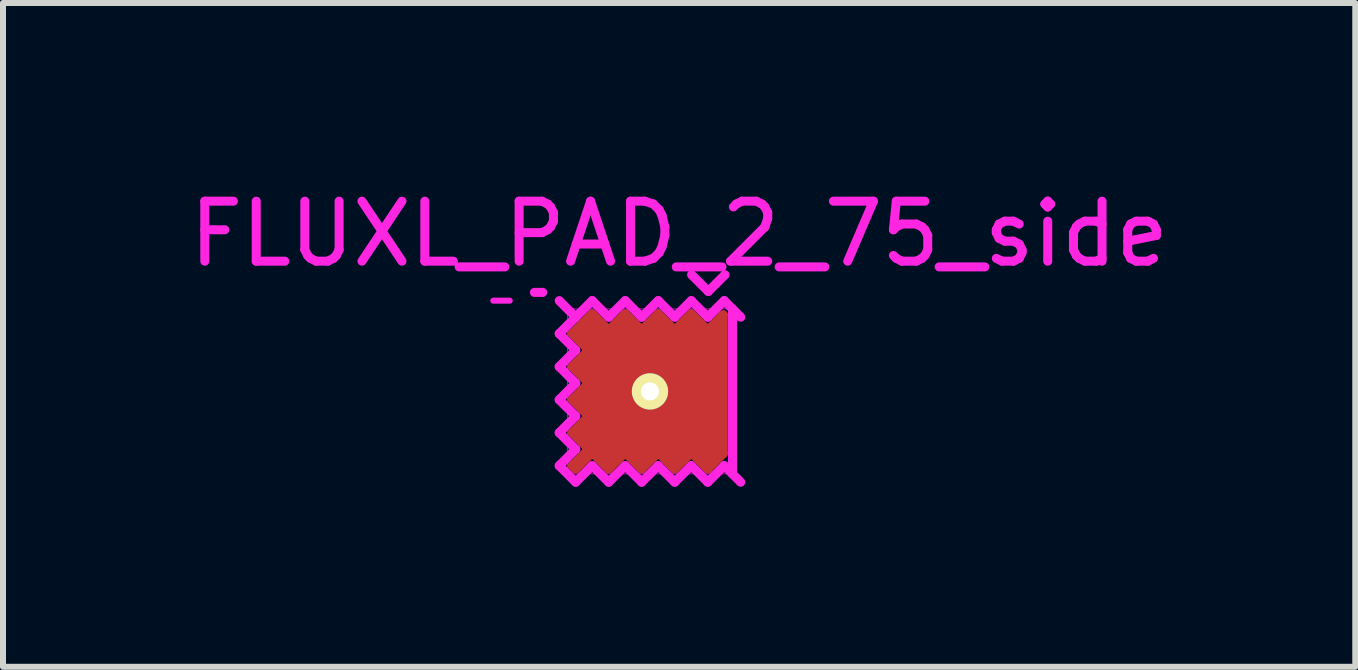
<source format=kicad_pcb>
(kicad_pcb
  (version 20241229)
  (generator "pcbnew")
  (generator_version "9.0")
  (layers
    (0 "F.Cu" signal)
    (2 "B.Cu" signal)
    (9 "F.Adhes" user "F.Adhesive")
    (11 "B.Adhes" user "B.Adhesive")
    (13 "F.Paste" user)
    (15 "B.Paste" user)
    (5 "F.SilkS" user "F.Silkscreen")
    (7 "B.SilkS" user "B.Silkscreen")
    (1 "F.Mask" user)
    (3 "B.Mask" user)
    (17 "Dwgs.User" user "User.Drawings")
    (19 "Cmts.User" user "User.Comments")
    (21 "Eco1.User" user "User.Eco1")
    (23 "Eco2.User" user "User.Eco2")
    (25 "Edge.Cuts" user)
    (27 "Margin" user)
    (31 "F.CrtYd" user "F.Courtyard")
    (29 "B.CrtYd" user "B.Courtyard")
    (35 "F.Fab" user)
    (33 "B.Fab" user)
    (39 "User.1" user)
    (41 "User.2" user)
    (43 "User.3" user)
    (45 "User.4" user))
  (footprint "FLUXL_PAD_2_75_side"
    (layer "F.Cu")
    (at 7.782 3.473)
    (property "Reference" "FLUXL_PAD_2_75_side" (at 0.486 -2.625 0) (layer "F.CrtYd") (effects (font (size 1 1) (thickness 0.15))))
    (attr smd)
    (fp_line (start -1.292 -0.963) (end -1.018 -0.688) (stroke (width 0.152) (type solid)) (layer "F.Cu"))
    (fp_line (start -1.292 -0.412) (end -1.018 -0.138) (stroke (width 0.152) (type solid)) (layer "F.Cu"))
    (fp_line (start -1.292 0.138) (end -1.018 0.412) (stroke (width 0.152) (type solid)) (layer "F.Cu"))
    (fp_line (start -1.292 0.688) (end -1.018 0.963) (stroke (width 0.152) (type solid)) (layer "F.Cu"))
    (fp_line (start -1.292 1.238) (end -1.238 1.292) (stroke (width 0.152) (type solid)) (layer "F.Cu"))
    (fp_line (start -1.238 -0.412) (end -1.073 -0.412) (stroke (width 0.152) (type solid)) (layer "F.Cu"))
    (fp_line (start -1.238 0.138) (end -1.073 0.138) (stroke (width 0.152) (type solid)) (layer "F.Cu"))
    (fp_line (start -1.238 0.688) (end -1.073 0.688) (stroke (width 0.152) (type solid)) (layer "F.Cu"))
    (fp_line (start -1.238 1.292) (end -0.963 1.018) (stroke (width 0.152) (type solid)) (layer "F.Cu"))
    (fp_line (start -1.183 -0.907) (end -0.907 -1.183) (stroke (width 0.152) (type solid)) (layer "F.Cu"))
    (fp_line (start -1.018 -0.688) (end -1.292 -0.412) (stroke (width 0.152) (type solid)) (layer "F.Cu"))
    (fp_line (start -1.018 -0.138) (end -1.292 0.138) (stroke (width 0.152) (type solid)) (layer "F.Cu"))
    (fp_line (start -1.018 0.412) (end -1.292 0.688) (stroke (width 0.152) (type solid)) (layer "F.Cu"))
    (fp_line (start -1.018 0.963) (end -1.292 1.238) (stroke (width 0.152) (type solid)) (layer "F.Cu"))
    (fp_line (start -0.963 -1.292) (end -1.292 -0.963) (stroke (width 0.152) (type solid)) (layer "F.Cu"))
    (fp_line (start -0.963 1.018) (end -0.688 1.292) (stroke (width 0.152) (type solid)) (layer "F.Cu"))
    (fp_line (start -0.688 -1.018) (end -0.963 -1.292) (stroke (width 0.152) (type solid)) (layer "F.Cu"))
    (fp_line (start -0.688 1.238) (end -0.688 1.073) (stroke (width 0.152) (type solid)) (layer "F.Cu"))
    (fp_line (start -0.688 1.292) (end -0.412 1.018) (stroke (width 0.152) (type solid)) (layer "F.Cu"))
    (fp_line (start -0.412 -1.292) (end -0.688 -1.018) (stroke (width 0.152) (type solid)) (layer "F.Cu"))
    (fp_line (start -0.412 -1.238) (end -0.412 -1.073) (stroke (width 0.152) (type solid)) (layer "F.Cu"))
    (fp_line (start -0.412 1.018) (end -0.138 1.292) (stroke (width 0.152) (type solid)) (layer "F.Cu"))
    (fp_line (start -0.138 -1.018) (end -0.412 -1.292) (stroke (width 0.152) (type solid)) (layer "F.Cu"))
    (fp_line (start -0.138 1.238) (end -0.138 1.073) (stroke (width 0.152) (type solid)) (layer "F.Cu"))
    (fp_line (start -0.138 1.292) (end 0.138 1.018) (stroke (width 0.152) (type solid)) (layer "F.Cu"))
    (fp_line (start 0.138 -1.292) (end -0.138 -1.018) (stroke (width 0.152) (type solid)) (layer "F.Cu"))
    (fp_line (start 0.138 -1.238) (end 0.138 -1.073) (stroke (width 0.152) (type solid)) (layer "F.Cu"))
    (fp_line (start 0.138 1.018) (end 0.412 1.292) (stroke (width 0.152) (type solid)) (layer "F.Cu"))
    (fp_line (start 0.412 -1.018) (end 0.138 -1.292) (stroke (width 0.152) (type solid)) (layer "F.Cu"))
    (fp_line (start 0.412 1.238) (end 0.412 1.073) (stroke (width 0.152) (type solid)) (layer "F.Cu"))
    (fp_line (start 0.412 1.292) (end 0.688 1.018) (stroke (width 0.152) (type solid)) (layer "F.Cu"))
    (fp_line (start 0.688 -1.292) (end 0.412 -1.018) (stroke (width 0.152) (type solid)) (layer "F.Cu"))
    (fp_line (start 0.688 -1.238) (end 0.688 -1.045) (stroke (width 0.152) (type solid)) (layer "F.Cu"))
    (fp_line (start 0.688 1.018) (end 0.963 1.292) (stroke (width 0.152) (type solid)) (layer "F.Cu"))
    (fp_line (start 0.963 -1.018) (end 0.688 -1.292) (stroke (width 0.152) (type solid)) (layer "F.Cu"))
    (fp_line (start 0.963 1.292) (end 1.22 1.035) (stroke (width 0.152) (type solid)) (layer "F.Cu"))
    (fp_line (start 1.125 -1.075) (end 1.125 0.975) (stroke (width 0.152) (type solid)) (layer "F.Cu"))
    (fp_line (start 1.183 0.907) (end 0.907 1.183) (stroke (width 0.152) (type solid)) (layer "F.Cu"))
    (fp_line (start 1.22 -1.275) (end 0.97 -1.025) (stroke (width 0.152) (type solid)) (layer "F.Cu"))
    (fp_line (start 1.22 1.035) (end 1.22 -1.275) (stroke (width 0.152) (type solid)) (layer "F.Cu"))
    (fp_line (start -2.337 -1.512) (end -2.612 -1.512) (stroke (width 0.1) (type solid)) (layer "F.CrtYd"))
    (fp_line (start -1.925 -1.65) (end -1.788 -1.65) (stroke (width 0.152) (type solid)) (layer "F.CrtYd"))
    (fp_line (start -1.512 -1.512) (end -1.238 -1.238) (stroke (width 0.152) (type solid)) (layer "F.CrtYd"))
    (fp_line (start -1.512 -0.963) (end -1.238 -0.688) (stroke (width 0.152) (type solid)) (layer "F.CrtYd"))
    (fp_line (start -1.512 -0.412) (end -1.238 -0.138) (stroke (width 0.152) (type solid)) (layer "F.CrtYd"))
    (fp_line (start -1.512 0.138) (end -1.238 0.412) (stroke (width 0.152) (type solid)) (layer "F.CrtYd"))
    (fp_line (start -1.512 0.688) (end -1.238 0.963) (stroke (width 0.152) (type solid)) (layer "F.CrtYd"))
    (fp_line (start -1.512 1.238) (end -1.238 1.512) (stroke (width 0.152) (type solid)) (layer "F.CrtYd"))
    (fp_line (start -1.375 -1.375) (end 1.375 -1.375) (stroke (width 0.01) (type solid)) (layer "F.CrtYd"))
    (fp_line (start -1.375 1.375) (end -1.375 -1.375) (stroke (width 0.01) (type solid)) (layer "F.CrtYd"))
    (fp_line (start -1.238 -1.238) (end -1.512 -0.963) (stroke (width 0.152) (type solid)) (layer "F.CrtYd"))
    (fp_line (start -1.238 -1.238) (end -0.963 -1.512) (stroke (width 0.152) (type solid)) (layer "F.CrtYd"))
    (fp_line (start -1.238 -0.688) (end -1.512 -0.412) (stroke (width 0.152) (type solid)) (layer "F.CrtYd"))
    (fp_line (start -1.238 -0.138) (end -1.512 0.138) (stroke (width 0.152) (type solid)) (layer "F.CrtYd"))
    (fp_line (start -1.238 0.412) (end -1.512 0.688) (stroke (width 0.152) (type solid)) (layer "F.CrtYd"))
    (fp_line (start -1.238 0.963) (end -1.512 1.238) (stroke (width 0.152) (type solid)) (layer "F.CrtYd"))
    (fp_line (start -1.238 1.512) (end -0.963 1.238) (stroke (width 0.152) (type solid)) (layer "F.CrtYd"))
    (fp_line (start -0.963 -1.512) (end -0.688 -1.238) (stroke (width 0.152) (type solid)) (layer "F.CrtYd"))
    (fp_line (start -0.963 1.238) (end -0.688 1.512) (stroke (width 0.152) (type solid)) (layer "F.CrtYd"))
    (fp_line (start -0.688 -1.238) (end -0.412 -1.512) (stroke (width 0.152) (type solid)) (layer "F.CrtYd"))
    (fp_line (start -0.688 1.512) (end -0.412 1.238) (stroke (width 0.152) (type solid)) (layer "F.CrtYd"))
    (fp_line (start -0.412 -1.512) (end -0.138 -1.238) (stroke (width 0.152) (type solid)) (layer "F.CrtYd"))
    (fp_line (start -0.412 1.238) (end -0.138 1.512) (stroke (width 0.152) (type solid)) (layer "F.CrtYd"))
    (fp_line (start -0.138 -1.238) (end 0.138 -1.512) (stroke (width 0.152) (type solid)) (layer "F.CrtYd"))
    (fp_line (start -0.138 1.512) (end 0.138 1.238) (stroke (width 0.152) (type solid)) (layer "F.CrtYd"))
    (fp_line (start 0.138 -1.512) (end 0.412 -1.238) (stroke (width 0.152) (type solid)) (layer "F.CrtYd"))
    (fp_line (start 0.138 1.238) (end 0.412 1.512) (stroke (width 0.152) (type solid)) (layer "F.CrtYd"))
    (fp_line (start 0.412 -1.238) (end 0.688 -1.512) (stroke (width 0.152) (type solid)) (layer "F.CrtYd"))
    (fp_line (start 0.412 1.512) (end 0.688 1.238) (stroke (width 0.152) (type solid)) (layer "F.CrtYd"))
    (fp_line (start 0.688 -1.512) (end 0.963 -1.238) (stroke (width 0.152) (type solid)) (layer "F.CrtYd"))
    (fp_line (start 0.688 1.238) (end 0.963 1.512) (stroke (width 0.152) (type solid)) (layer "F.CrtYd"))
    (fp_line (start 0.963 -1.238) (end 1.238 -1.512) (stroke (width 0.152) (type solid)) (layer "F.CrtYd"))
    (fp_line (start 0.963 1.512) (end 1.238 1.238) (stroke (width 0.152) (type solid)) (layer "F.CrtYd"))
    (fp_line (start 0.972 -1.667) (end 0.694 -1.944) (stroke (width 0.152) (type solid)) (layer "F.CrtYd"))
    (fp_line (start 1.238 -1.512) (end 1.512 -1.238) (stroke (width 0.152) (type solid)) (layer "F.CrtYd"))
    (fp_line (start 1.238 1.238) (end 1.512 1.512) (stroke (width 0.152) (type solid)) (layer "F.CrtYd"))
    (fp_line (start 1.25 -1.944) (end 0.972 -1.667) (stroke (width 0.152) (type solid)) (layer "F.CrtYd"))
    (fp_line (start 1.375 -1.375) (end 1.375 1.375) (stroke (width 0.01) (type solid)) (layer "F.CrtYd"))
    (fp_line (start 1.375 -1.375) (end 1.375 1.375) (stroke (width 0.152) (type solid)) (layer "F.CrtYd"))
    (fp_line (start 1.375 1.375) (end -1.375 1.375) (stroke (width 0.01) (type solid)) (layer "F.CrtYd"))
    (pad "1" thru_hole circle (at 0 0) (size 0.605 0.605) (drill 0.3) (layers "*.Cu" "*.Mask" "F.SilkS"))
    (pad "1" smd rect (at 0 0) (size 2.25 2.25) (layers "F.Cu" "F.Mask" "F.Paste")))
  (gr_rect
    (start -3 -3)
    (end 19.536 8.062)
    (stroke (width 0.1) (type default))
    (fill no)
    (layer "Edge.Cuts")))
</source>
